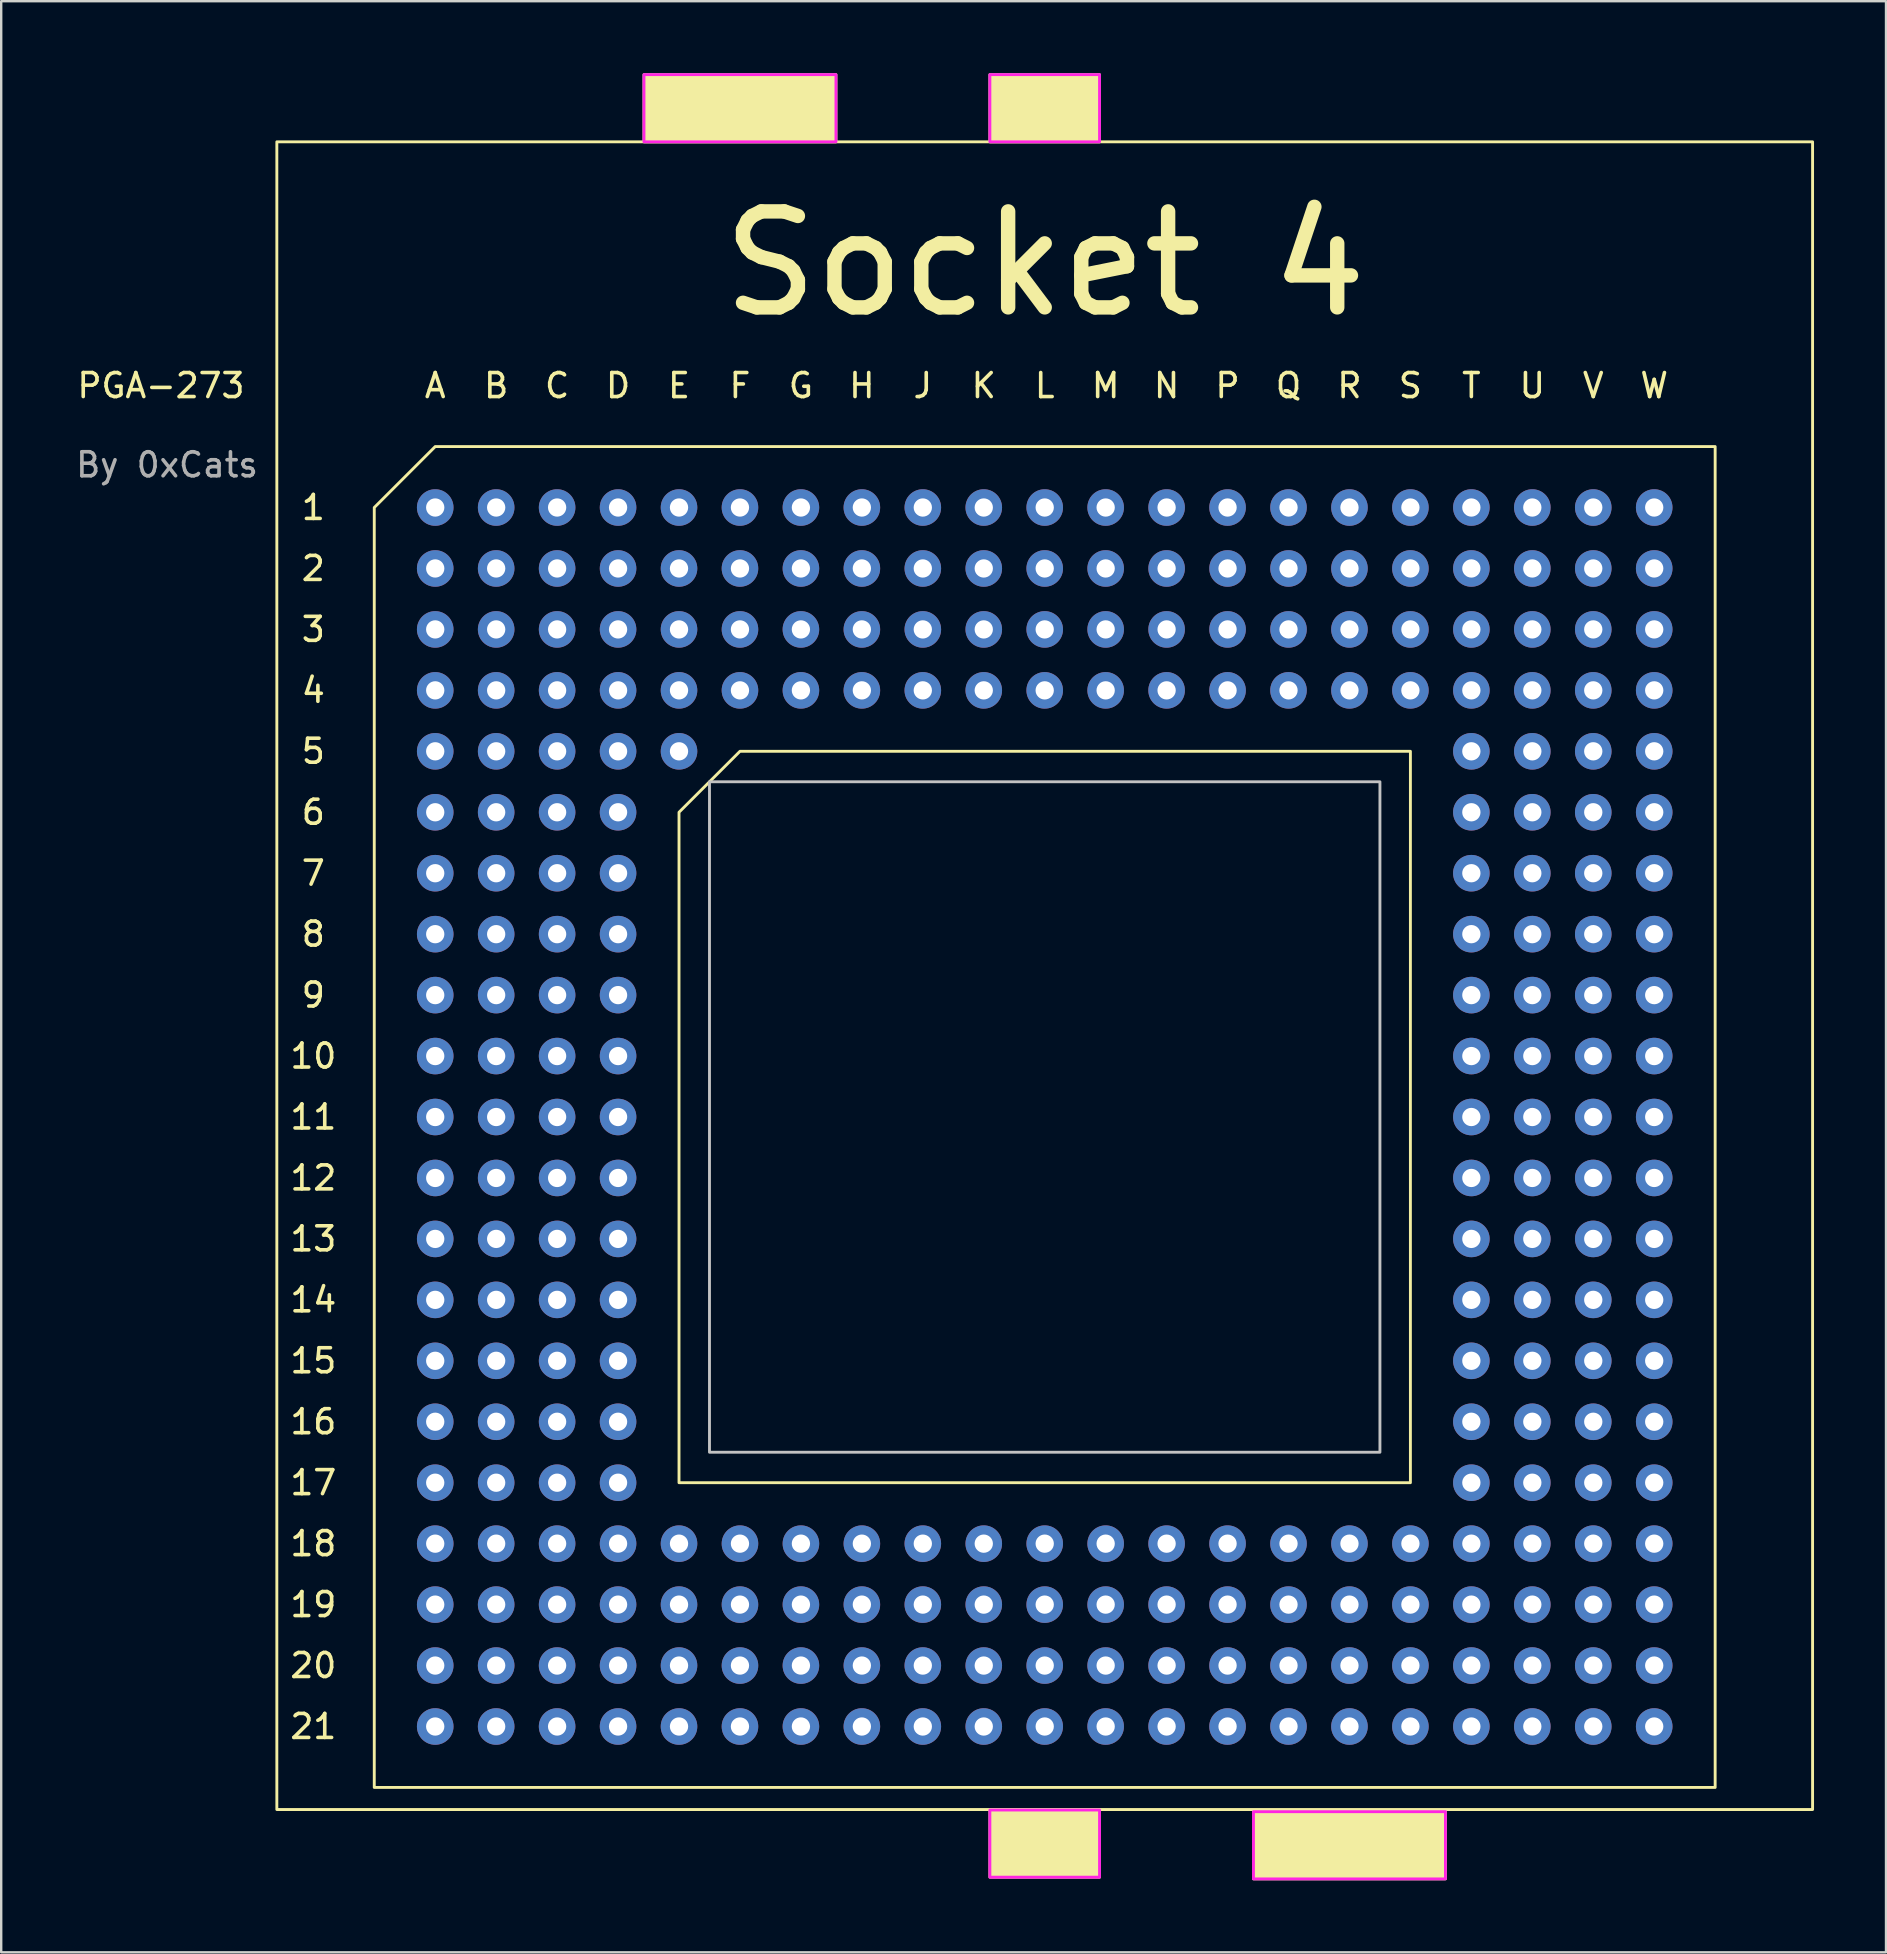
<source format=kicad_pcb>
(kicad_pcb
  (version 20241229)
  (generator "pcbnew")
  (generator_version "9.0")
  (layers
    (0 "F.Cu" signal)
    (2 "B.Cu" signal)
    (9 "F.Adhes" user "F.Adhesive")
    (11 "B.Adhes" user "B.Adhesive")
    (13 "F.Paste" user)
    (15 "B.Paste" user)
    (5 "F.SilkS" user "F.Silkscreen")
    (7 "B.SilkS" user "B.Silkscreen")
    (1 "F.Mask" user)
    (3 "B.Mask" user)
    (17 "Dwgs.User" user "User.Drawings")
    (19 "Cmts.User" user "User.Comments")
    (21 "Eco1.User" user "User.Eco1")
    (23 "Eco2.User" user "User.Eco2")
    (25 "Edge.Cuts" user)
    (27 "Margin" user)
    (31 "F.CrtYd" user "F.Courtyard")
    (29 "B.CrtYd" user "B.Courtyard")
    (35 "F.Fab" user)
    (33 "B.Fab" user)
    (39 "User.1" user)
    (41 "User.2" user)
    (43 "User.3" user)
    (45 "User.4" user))
  (footprint "PGA-273"
    (layer "F.Cu")
    (at 10.007 18.1)
    (property "Reference" "PGA-273" (at -6.35 -5.08 0) (unlocked yes) (layer "F.SilkS") (effects (font (size 1 1) (thickness 0.15))))
    (attr through_hole)
    (fp_rect (start -1.52 -15.24) (end 62.48 54.26) (stroke (width 0.12) (type solid)) (fill no) (layer "F.SilkS"))
    (fp_rect (start 13.78 -15.24) (end 21.78 -18.04) (stroke (width 0.12) (type solid)) (fill yes) (layer "F.SilkS"))
    (fp_rect (start 28.195 -18.04) (end 32.765 -15.24) (stroke (width 0.12) (type solid)) (fill yes) (layer "F.SilkS"))
    (fp_rect (start 28.195 54.28) (end 32.765 57.08) (stroke (width 0.12) (type solid)) (fill yes) (layer "F.SilkS"))
    (fp_rect (start 39.18 57.15) (end 47.18 54.35) (stroke (width 0.12) (type solid)) (fill yes) (layer "F.SilkS"))
    (fp_poly (pts (xy 45.72 40.64) (xy 15.24 40.64) (xy 15.24 12.7) (xy 17.78 10.16) (xy 45.72 10.16)) (stroke (width 0.12) (type solid)) (fill no) (layer "F.SilkS"))
    (fp_poly (pts (xy 58.42 53.34) (xy 2.54 53.34) (xy 2.54 0) (xy 5.08 -2.54) (xy 58.42 -2.54)) (stroke (width 0.12) (type solid)) (fill no) (layer "F.SilkS"))
    (fp_rect (start 16.51 11.43) (end 44.45 39.37) (stroke (width 0.12) (type solid)) (fill no) (layer "Dwgs.User"))
    (fp_rect (start 13.78 -15.24) (end 21.78 -18.04) (stroke (width 0.12) (type solid)) (fill no) (layer "F.CrtYd"))
    (fp_rect (start 28.195 -18.04) (end 32.765 -15.24) (stroke (width 0.12) (type solid)) (fill no) (layer "F.CrtYd"))
    (fp_rect (start 28.195 54.28) (end 32.765 57.08) (stroke (width 0.12) (type solid)) (fill no) (layer "F.CrtYd"))
    (fp_rect (start 39.18 57.15) (end 47.18 54.35) (stroke (width 0.12) (type solid)) (fill no) (layer "F.CrtYd"))
    (fp_text user "Q" (at 40.64 -5.08 0) (unlocked yes) (layer "F.SilkS") (effects (font (size 1 1) (thickness 0.15))))
    (fp_text user "Socket 4" (at 30.48 -10.16 180) (layer "F.SilkS") (effects (font (size 4 4) (thickness 0.6))))
    (fp_text user "P" (at 38.1 -5.08 0) (unlocked yes) (layer "F.SilkS") (effects (font (size 1 1) (thickness 0.15))))
    (fp_text user "19" (at 0 45.72 0) (unlocked yes) (layer "F.SilkS") (effects (font (size 1 1) (thickness 0.15))))
    (fp_text user "G" (at 20.32 -5.08 0) (unlocked yes) (layer "F.SilkS") (effects (font (size 1 1) (thickness 0.15))))
    (fp_text user "11" (at 0 25.4 0) (unlocked yes) (layer "F.SilkS") (effects (font (size 1 1) (thickness 0.15))))
    (fp_text user "4" (at 0 7.62 0) (unlocked yes) (layer "F.SilkS") (effects (font (size 1 1) (thickness 0.15))))
    (fp_text user "20" (at 0 48.26 0) (unlocked yes) (layer "F.SilkS") (effects (font (size 1 1) (thickness 0.15))))
    (fp_text user "16" (at 0 38.1 0) (unlocked yes) (layer "F.SilkS") (effects (font (size 1 1) (thickness 0.15))))
    (fp_text user "13" (at 0 30.48 0) (unlocked yes) (layer "F.SilkS") (effects (font (size 1 1) (thickness 0.15))))
    (fp_text user "J" (at 25.4 -5.08 0) (unlocked yes) (layer "F.SilkS") (effects (font (size 1 1) (thickness 0.15))))
    (fp_text user "U" (at 50.8 -5.08 0) (unlocked yes) (layer "F.SilkS") (effects (font (size 1 1) (thickness 0.15))))
    (fp_text user "D" (at 12.7 -5.08 0) (unlocked yes) (layer "F.SilkS") (effects (font (size 1 1) (thickness 0.15))))
    (fp_text user "10" (at 0 22.86 0) (unlocked yes) (layer "F.SilkS") (effects (font (size 1 1) (thickness 0.15))))
    (fp_text user "6" (at 0 12.7 0) (unlocked yes) (layer "F.SilkS") (effects (font (size 1 1) (thickness 0.15))))
    (fp_text user "N" (at 35.56 -5.08 0) (unlocked yes) (layer "F.SilkS") (effects (font (size 1 1) (thickness 0.15))))
    (fp_text user "15" (at 0 35.56 0) (unlocked yes) (layer "F.SilkS") (effects (font (size 1 1) (thickness 0.15))))
    (fp_text user "M" (at 33.02 -5.08 0) (unlocked yes) (layer "F.SilkS") (effects (font (size 1 1) (thickness 0.15))))
    (fp_text user "E" (at 15.24 -5.08 0) (unlocked yes) (layer "F.SilkS") (effects (font (size 1 1) (thickness 0.15))))
    (fp_text user "W" (at 55.88 -5.08 0) (unlocked yes) (layer "F.SilkS") (effects (font (size 1 1) (thickness 0.15))))
    (fp_text user "12" (at 0 27.94 0) (unlocked yes) (layer "F.SilkS") (effects (font (size 1 1) (thickness 0.15))))
    (fp_text user "5" (at 0 10.16 0) (unlocked yes) (layer "F.SilkS") (effects (font (size 1 1) (thickness 0.15))))
    (fp_text user "9" (at 0 20.32 0) (unlocked yes) (layer "F.SilkS") (effects (font (size 1 1) (thickness 0.15))))
    (fp_text user "F" (at 17.78 -5.08 0) (unlocked yes) (layer "F.SilkS") (effects (font (size 1 1) (thickness 0.15))))
    (fp_text user "R" (at 43.18 -5.08 0) (unlocked yes) (layer "F.SilkS") (effects (font (size 1 1) (thickness 0.15))))
    (fp_text user "21" (at 0 50.8 0) (unlocked yes) (layer "F.SilkS") (effects (font (size 1 1) (thickness 0.15))))
    (fp_text user "17" (at 0 40.64 0) (unlocked yes) (layer "F.SilkS") (effects (font (size 1 1) (thickness 0.15))))
    (fp_text user "V" (at 53.34 -5.08 0) (unlocked yes) (layer "F.SilkS") (effects (font (size 1 1) (thickness 0.15))))
    (fp_text user "2" (at 0 2.54 0) (unlocked yes) (layer "F.SilkS") (effects (font (size 1 1) (thickness 0.15))))
    (fp_text user "7" (at 0 15.24 0) (unlocked yes) (layer "F.SilkS") (effects (font (size 1 1) (thickness 0.15))))
    (fp_text user "3" (at 0 5.08 0) (unlocked yes) (layer "F.SilkS") (effects (font (size 1 1) (thickness 0.15))))
    (fp_text user "B" (at 7.62 -5.08 0) (unlocked yes) (layer "F.SilkS") (effects (font (size 1 1) (thickness 0.15))))
    (fp_text user "8" (at 0 17.78 0) (unlocked yes) (layer "F.SilkS") (effects (font (size 1 1) (thickness 0.15))))
    (fp_text user "1" (at 0 0 0) (unlocked yes) (layer "F.SilkS") (effects (font (size 1 1) (thickness 0.15))))
    (fp_text user "A" (at 5.08 -5.08 0) (unlocked yes) (layer "F.SilkS") (effects (font (size 1 1) (thickness 0.15))))
    (fp_text user "L" (at 30.48 -5.08 0) (unlocked yes) (layer "F.SilkS") (effects (font (size 1 1) (thickness 0.15))))
    (fp_text user "T" (at 48.26 -5.08 0) (unlocked yes) (layer "F.SilkS") (effects (font (size 1 1) (thickness 0.15))))
    (fp_text user "H" (at 22.86 -5.08 0) (unlocked yes) (layer "F.SilkS") (effects (font (size 1 1) (thickness 0.15))))
    (fp_text user "14" (at 0 33.02 0) (unlocked yes) (layer "F.SilkS") (effects (font (size 1 1) (thickness 0.15))))
    (fp_text user "C" (at 10.16 -5.08 0) (unlocked yes) (layer "F.SilkS") (effects (font (size 1 1) (thickness 0.15))))
    (fp_text user "K" (at 27.94 -5.08 0) (unlocked yes) (layer "F.SilkS") (effects (font (size 1 1) (thickness 0.15))))
    (fp_text user "S" (at 45.72 -5.08 0) (unlocked yes) (layer "F.SilkS") (effects (font (size 1 1) (thickness 0.15))))
    (fp_text user "18" (at 0 43.18 0) (unlocked yes) (layer "F.SilkS") (effects (font (size 1 1) (thickness 0.15))))
    (fp_text user "By 0xCats" (at -6.096 -1.778 0) (unlocked yes) (layer "F.Fab") (effects (font (size 1 1) (thickness 0.15))))
    (pad "A1" thru_hole circle (at 5.08 0) (size 1.524 1.524) (drill 0.762) (layers "*.Cu" "*.Mask"))
    (pad "A2" thru_hole circle (at 5.08 2.54) (size 1.524 1.524) (drill 0.762) (layers "*.Cu" "*.Mask"))
    (pad "A3" thru_hole circle (at 5.08 5.08) (size 1.524 1.524) (drill 0.762) (layers "*.Cu" "*.Mask"))
    (pad "A4" thru_hole circle (at 5.08 7.62) (size 1.524 1.524) (drill 0.762) (layers "*.Cu" "*.Mask"))
    (pad "A5" thru_hole circle (at 5.08 10.16) (size 1.524 1.524) (drill 0.762) (layers "*.Cu" "*.Mask"))
    (pad "A6" thru_hole circle (at 5.08 12.7) (size 1.524 1.524) (drill 0.762) (layers "*.Cu" "*.Mask"))
    (pad "A7" thru_hole circle (at 5.08 15.24) (size 1.524 1.524) (drill 0.762) (layers "*.Cu" "*.Mask"))
    (pad "A8" thru_hole circle (at 5.08 17.78) (size 1.524 1.524) (drill 0.762) (layers "*.Cu" "*.Mask"))
    (pad "A9" thru_hole circle (at 5.08 20.32) (size 1.524 1.524) (drill 0.762) (layers "*.Cu" "*.Mask"))
    (pad "A10" thru_hole circle (at 5.08 22.86) (size 1.524 1.524) (drill 0.762) (layers "*.Cu" "*.Mask"))
    (pad "A11" thru_hole circle (at 5.08 25.4) (size 1.524 1.524) (drill 0.762) (layers "*.Cu" "*.Mask"))
    (pad "A12" thru_hole circle (at 5.08 27.94) (size 1.524 1.524) (drill 0.762) (layers "*.Cu" "*.Mask"))
    (pad "A13" thru_hole circle (at 5.08 30.48) (size 1.524 1.524) (drill 0.762) (layers "*.Cu" "*.Mask"))
    (pad "A14" thru_hole circle (at 5.08 33.02) (size 1.524 1.524) (drill 0.762) (layers "*.Cu" "*.Mask"))
    (pad "A15" thru_hole circle (at 5.08 35.56) (size 1.524 1.524) (drill 0.762) (layers "*.Cu" "*.Mask"))
    (pad "A16" thru_hole circle (at 5.08 38.1) (size 1.524 1.524) (drill 0.762) (layers "*.Cu" "*.Mask"))
    (pad "A17" thru_hole circle (at 5.08 40.64) (size 1.524 1.524) (drill 0.762) (layers "*.Cu" "*.Mask"))
    (pad "A18" thru_hole circle (at 5.08 43.18) (size 1.524 1.524) (drill 0.762) (layers "*.Cu" "*.Mask"))
    (pad "A19" thru_hole circle (at 5.08 45.72) (size 1.524 1.524) (drill 0.762) (layers "*.Cu" "*.Mask"))
    (pad "A20" thru_hole circle (at 5.08 48.26) (size 1.524 1.524) (drill 0.762) (layers "*.Cu" "*.Mask"))
    (pad "A21" thru_hole circle (at 5.08 50.8) (size 1.524 1.524) (drill 0.762) (layers "*.Cu" "*.Mask"))
    (pad "B1" thru_hole circle (at 7.62 0) (size 1.524 1.524) (drill 0.762) (layers "*.Cu" "*.Mask"))
    (pad "B2" thru_hole circle (at 7.62 2.54) (size 1.524 1.524) (drill 0.762) (layers "*.Cu" "*.Mask"))
    (pad "B3" thru_hole circle (at 7.62 5.08) (size 1.524 1.524) (drill 0.762) (layers "*.Cu" "*.Mask"))
    (pad "B4" thru_hole circle (at 7.62 7.62) (size 1.524 1.524) (drill 0.762) (layers "*.Cu" "*.Mask"))
    (pad "B5" thru_hole circle (at 7.62 10.16) (size 1.524 1.524) (drill 0.762) (layers "*.Cu" "*.Mask"))
    (pad "B6" thru_hole circle (at 7.62 12.7) (size 1.524 1.524) (drill 0.762) (layers "*.Cu" "*.Mask"))
    (pad "B7" thru_hole circle (at 7.62 15.24) (size 1.524 1.524) (drill 0.762) (layers "*.Cu" "*.Mask"))
    (pad "B8" thru_hole circle (at 7.62 17.78) (size 1.524 1.524) (drill 0.762) (layers "*.Cu" "*.Mask"))
    (pad "B9" thru_hole circle (at 7.62 20.32) (size 1.524 1.524) (drill 0.762) (layers "*.Cu" "*.Mask"))
    (pad "B10" thru_hole circle (at 7.62 22.86) (size 1.524 1.524) (drill 0.762) (layers "*.Cu" "*.Mask"))
    (pad "B11" thru_hole circle (at 7.62 25.4) (size 1.524 1.524) (drill 0.762) (layers "*.Cu" "*.Mask"))
    (pad "B12" thru_hole circle (at 7.62 27.94) (size 1.524 1.524) (drill 0.762) (layers "*.Cu" "*.Mask"))
    (pad "B13" thru_hole circle (at 7.62 30.48) (size 1.524 1.524) (drill 0.762) (layers "*.Cu" "*.Mask"))
    (pad "B14" thru_hole circle (at 7.62 33.02) (size 1.524 1.524) (drill 0.762) (layers "*.Cu" "*.Mask"))
    (pad "B15" thru_hole circle (at 7.62 35.56) (size 1.524 1.524) (drill 0.762) (layers "*.Cu" "*.Mask"))
    (pad "B16" thru_hole circle (at 7.62 38.1) (size 1.524 1.524) (drill 0.762) (layers "*.Cu" "*.Mask"))
    (pad "B17" thru_hole circle (at 7.62 40.64) (size 1.524 1.524) (drill 0.762) (layers "*.Cu" "*.Mask"))
    (pad "B18" thru_hole circle (at 7.62 43.18) (size 1.524 1.524) (drill 0.762) (layers "*.Cu" "*.Mask"))
    (pad "B19" thru_hole circle (at 7.62 45.72) (size 1.524 1.524) (drill 0.762) (layers "*.Cu" "*.Mask"))
    (pad "B20" thru_hole circle (at 7.62 48.26) (size 1.524 1.524) (drill 0.762) (layers "*.Cu" "*.Mask"))
    (pad "B21" thru_hole circle (at 7.62 50.8) (size 1.524 1.524) (drill 0.762) (layers "*.Cu" "*.Mask"))
    (pad "C1" thru_hole circle (at 10.16 0) (size 1.524 1.524) (drill 0.762) (layers "*.Cu" "*.Mask"))
    (pad "C2" thru_hole circle (at 10.16 2.54) (size 1.524 1.524) (drill 0.762) (layers "*.Cu" "*.Mask"))
    (pad "C3" thru_hole circle (at 10.16 5.08) (size 1.524 1.524) (drill 0.762) (layers "*.Cu" "*.Mask"))
    (pad "C4" thru_hole circle (at 10.16 7.62) (size 1.524 1.524) (drill 0.762) (layers "*.Cu" "*.Mask"))
    (pad "C5" thru_hole circle (at 10.16 10.16) (size 1.524 1.524) (drill 0.762) (layers "*.Cu" "*.Mask"))
    (pad "C6" thru_hole circle (at 10.16 12.7) (size 1.524 1.524) (drill 0.762) (layers "*.Cu" "*.Mask"))
    (pad "C7" thru_hole circle (at 10.16 15.24) (size 1.524 1.524) (drill 0.762) (layers "*.Cu" "*.Mask"))
    (pad "C8" thru_hole circle (at 10.16 17.78) (size 1.524 1.524) (drill 0.762) (layers "*.Cu" "*.Mask"))
    (pad "C9" thru_hole circle (at 10.16 20.32) (size 1.524 1.524) (drill 0.762) (layers "*.Cu" "*.Mask"))
    (pad "C10" thru_hole circle (at 10.16 22.86) (size 1.524 1.524) (drill 0.762) (layers "*.Cu" "*.Mask"))
    (pad "C11" thru_hole circle (at 10.16 25.4) (size 1.524 1.524) (drill 0.762) (layers "*.Cu" "*.Mask"))
    (pad "C12" thru_hole circle (at 10.16 27.94) (size 1.524 1.524) (drill 0.762) (layers "*.Cu" "*.Mask"))
    (pad "C13" thru_hole circle (at 10.16 30.48) (size 1.524 1.524) (drill 0.762) (layers "*.Cu" "*.Mask"))
    (pad "C14" thru_hole circle (at 10.16 33.02) (size 1.524 1.524) (drill 0.762) (layers "*.Cu" "*.Mask"))
    (pad "C15" thru_hole circle (at 10.16 35.56) (size 1.524 1.524) (drill 0.762) (layers "*.Cu" "*.Mask"))
    (pad "C16" thru_hole circle (at 10.16 38.1) (size 1.524 1.524) (drill 0.762) (layers "*.Cu" "*.Mask"))
    (pad "C17" thru_hole circle (at 10.16 40.64) (size 1.524 1.524) (drill 0.762) (layers "*.Cu" "*.Mask"))
    (pad "C18" thru_hole circle (at 10.16 43.18) (size 1.524 1.524) (drill 0.762) (layers "*.Cu" "*.Mask"))
    (pad "C19" thru_hole circle (at 10.16 45.72) (size 1.524 1.524) (drill 0.762) (layers "*.Cu" "*.Mask"))
    (pad "C20" thru_hole circle (at 10.16 48.26) (size 1.524 1.524) (drill 0.762) (layers "*.Cu" "*.Mask"))
    (pad "C21" thru_hole circle (at 10.16 50.8) (size 1.524 1.524) (drill 0.762) (layers "*.Cu" "*.Mask"))
    (pad "D1" thru_hole circle (at 12.7 0) (size 1.524 1.524) (drill 0.762) (layers "*.Cu" "*.Mask"))
    (pad "D2" thru_hole circle (at 12.7 2.54) (size 1.524 1.524) (drill 0.762) (layers "*.Cu" "*.Mask"))
    (pad "D3" thru_hole circle (at 12.7 5.08) (size 1.524 1.524) (drill 0.762) (layers "*.Cu" "*.Mask"))
    (pad "D4" thru_hole circle (at 12.7 7.62) (size 1.524 1.524) (drill 0.762) (layers "*.Cu" "*.Mask"))
    (pad "D5" thru_hole circle (at 12.7 10.16) (size 1.524 1.524) (drill 0.762) (layers "*.Cu" "*.Mask"))
    (pad "D6" thru_hole circle (at 12.7 12.7) (size 1.524 1.524) (drill 0.762) (layers "*.Cu" "*.Mask"))
    (pad "D7" thru_hole circle (at 12.7 15.24) (size 1.524 1.524) (drill 0.762) (layers "*.Cu" "*.Mask"))
    (pad "D8" thru_hole circle (at 12.7 17.78) (size 1.524 1.524) (drill 0.762) (layers "*.Cu" "*.Mask"))
    (pad "D9" thru_hole circle (at 12.7 20.32) (size 1.524 1.524) (drill 0.762) (layers "*.Cu" "*.Mask"))
    (pad "D10" thru_hole circle (at 12.7 22.86) (size 1.524 1.524) (drill 0.762) (layers "*.Cu" "*.Mask"))
    (pad "D11" thru_hole circle (at 12.7 25.4) (size 1.524 1.524) (drill 0.762) (layers "*.Cu" "*.Mask"))
    (pad "D12" thru_hole circle (at 12.7 27.94) (size 1.524 1.524) (drill 0.762) (layers "*.Cu" "*.Mask"))
    (pad "D13" thru_hole circle (at 12.7 30.48) (size 1.524 1.524) (drill 0.762) (layers "*.Cu" "*.Mask"))
    (pad "D14" thru_hole circle (at 12.7 33.02) (size 1.524 1.524) (drill 0.762) (layers "*.Cu" "*.Mask"))
    (pad "D15" thru_hole circle (at 12.7 35.56) (size 1.524 1.524) (drill 0.762) (layers "*.Cu" "*.Mask"))
    (pad "D16" thru_hole circle (at 12.7 38.1) (size 1.524 1.524) (drill 0.762) (layers "*.Cu" "*.Mask"))
    (pad "D17" thru_hole circle (at 12.7 40.64) (size 1.524 1.524) (drill 0.762) (layers "*.Cu" "*.Mask"))
    (pad "D18" thru_hole circle (at 12.7 43.18) (size 1.524 1.524) (drill 0.762) (layers "*.Cu" "*.Mask"))
    (pad "D19" thru_hole circle (at 12.7 45.72) (size 1.524 1.524) (drill 0.762) (layers "*.Cu" "*.Mask"))
    (pad "D20" thru_hole circle (at 12.7 48.26) (size 1.524 1.524) (drill 0.762) (layers "*.Cu" "*.Mask"))
    (pad "D21" thru_hole circle (at 12.7 50.8) (size 1.524 1.524) (drill 0.762) (layers "*.Cu" "*.Mask"))
    (pad "E1" thru_hole circle (at 15.24 0) (size 1.524 1.524) (drill 0.762) (layers "*.Cu" "*.Mask"))
    (pad "E2" thru_hole circle (at 15.24 2.54) (size 1.524 1.524) (drill 0.762) (layers "*.Cu" "*.Mask"))
    (pad "E3" thru_hole circle (at 15.24 5.08) (size 1.524 1.524) (drill 0.762) (layers "*.Cu" "*.Mask"))
    (pad "E4" thru_hole circle (at 15.24 7.62) (size 1.524 1.524) (drill 0.762) (layers "*.Cu" "*.Mask"))
    (pad "E5" thru_hole circle (at 15.24 10.16) (size 1.524 1.524) (drill 0.762) (layers "*.Cu" "*.Mask"))
    (pad "E18" thru_hole circle (at 15.24 43.18) (size 1.524 1.524) (drill 0.762) (layers "*.Cu" "*.Mask"))
    (pad "E19" thru_hole circle (at 15.24 45.72) (size 1.524 1.524) (drill 0.762) (layers "*.Cu" "*.Mask"))
    (pad "E20" thru_hole circle (at 15.24 48.26) (size 1.524 1.524) (drill 0.762) (layers "*.Cu" "*.Mask"))
    (pad "E21" thru_hole circle (at 15.24 50.8) (size 1.524 1.524) (drill 0.762) (layers "*.Cu" "*.Mask"))
    (pad "F1" thru_hole circle (at 17.78 0) (size 1.524 1.524) (drill 0.762) (layers "*.Cu" "*.Mask"))
    (pad "F2" thru_hole circle (at 17.78 2.54) (size 1.524 1.524) (drill 0.762) (layers "*.Cu" "*.Mask"))
    (pad "F3" thru_hole circle (at 17.78 5.08) (size 1.524 1.524) (drill 0.762) (layers "*.Cu" "*.Mask"))
    (pad "F4" thru_hole circle (at 17.78 7.62) (size 1.524 1.524) (drill 0.762) (layers "*.Cu" "*.Mask"))
    (pad "F18" thru_hole circle (at 17.78 43.18) (size 1.524 1.524) (drill 0.762) (layers "*.Cu" "*.Mask"))
    (pad "F19" thru_hole circle (at 17.78 45.72) (size 1.524 1.524) (drill 0.762) (layers "*.Cu" "*.Mask"))
    (pad "F20" thru_hole circle (at 17.78 48.26) (size 1.524 1.524) (drill 0.762) (layers "*.Cu" "*.Mask"))
    (pad "F21" thru_hole circle (at 17.78 50.8) (size 1.524 1.524) (drill 0.762) (layers "*.Cu" "*.Mask"))
    (pad "G1" thru_hole circle (at 20.32 0) (size 1.524 1.524) (drill 0.762) (layers "*.Cu" "*.Mask"))
    (pad "G2" thru_hole circle (at 20.32 2.54) (size 1.524 1.524) (drill 0.762) (layers "*.Cu" "*.Mask"))
    (pad "G3" thru_hole circle (at 20.32 5.08) (size 1.524 1.524) (drill 0.762) (layers "*.Cu" "*.Mask"))
    (pad "G4" thru_hole circle (at 20.32 7.62) (size 1.524 1.524) (drill 0.762) (layers "*.Cu" "*.Mask"))
    (pad "G18" thru_hole circle (at 20.32 43.18) (size 1.524 1.524) (drill 0.762) (layers "*.Cu" "*.Mask"))
    (pad "G19" thru_hole circle (at 20.32 45.72) (size 1.524 1.524) (drill 0.762) (layers "*.Cu" "*.Mask"))
    (pad "G20" thru_hole circle (at 20.32 48.26) (size 1.524 1.524) (drill 0.762) (layers "*.Cu" "*.Mask"))
    (pad "G21" thru_hole circle (at 20.32 50.8) (size 1.524 1.524) (drill 0.762) (layers "*.Cu" "*.Mask"))
    (pad "H1" thru_hole circle (at 22.86 0) (size 1.524 1.524) (drill 0.762) (layers "*.Cu" "*.Mask"))
    (pad "H2" thru_hole circle (at 22.86 2.54) (size 1.524 1.524) (drill 0.762) (layers "*.Cu" "*.Mask"))
    (pad "H3" thru_hole circle (at 22.86 5.08) (size 1.524 1.524) (drill 0.762) (layers "*.Cu" "*.Mask"))
    (pad "H4" thru_hole circle (at 22.86 7.62) (size 1.524 1.524) (drill 0.762) (layers "*.Cu" "*.Mask"))
    (pad "H18" thru_hole circle (at 22.86 43.18) (size 1.524 1.524) (drill 0.762) (layers "*.Cu" "*.Mask"))
    (pad "H19" thru_hole circle (at 22.86 45.72) (size 1.524 1.524) (drill 0.762) (layers "*.Cu" "*.Mask"))
    (pad "H20" thru_hole circle (at 22.86 48.26) (size 1.524 1.524) (drill 0.762) (layers "*.Cu" "*.Mask"))
    (pad "H21" thru_hole circle (at 22.86 50.8) (size 1.524 1.524) (drill 0.762) (layers "*.Cu" "*.Mask"))
    (pad "J1" thru_hole circle (at 25.4 0) (size 1.524 1.524) (drill 0.762) (layers "*.Cu" "*.Mask"))
    (pad "J2" thru_hole circle (at 25.4 2.54) (size 1.524 1.524) (drill 0.762) (layers "*.Cu" "*.Mask"))
    (pad "J3" thru_hole circle (at 25.4 5.08) (size 1.524 1.524) (drill 0.762) (layers "*.Cu" "*.Mask"))
    (pad "J4" thru_hole circle (at 25.4 7.62) (size 1.524 1.524) (drill 0.762) (layers "*.Cu" "*.Mask"))
    (pad "J18" thru_hole circle (at 25.4 43.18) (size 1.524 1.524) (drill 0.762) (layers "*.Cu" "*.Mask"))
    (pad "J19" thru_hole circle (at 25.4 45.72) (size 1.524 1.524) (drill 0.762) (layers "*.Cu" "*.Mask"))
    (pad "J20" thru_hole circle (at 25.4 48.26) (size 1.524 1.524) (drill 0.762) (layers "*.Cu" "*.Mask"))
    (pad "J21" thru_hole circle (at 25.4 50.8) (size 1.524 1.524) (drill 0.762) (layers "*.Cu" "*.Mask"))
    (pad "K1" thru_hole circle (at 27.94 0) (size 1.524 1.524) (drill 0.762) (layers "*.Cu" "*.Mask"))
    (pad "K2" thru_hole circle (at 27.94 2.54) (size 1.524 1.524) (drill 0.762) (layers "*.Cu" "*.Mask"))
    (pad "K3" thru_hole circle (at 27.94 5.08) (size 1.524 1.524) (drill 0.762) (layers "*.Cu" "*.Mask"))
    (pad "K4" thru_hole circle (at 27.94 7.62) (size 1.524 1.524) (drill 0.762) (layers "*.Cu" "*.Mask"))
    (pad "K18" thru_hole circle (at 27.94 43.18) (size 1.524 1.524) (drill 0.762) (layers "*.Cu" "*.Mask"))
    (pad "K19" thru_hole circle (at 27.94 45.72) (size 1.524 1.524) (drill 0.762) (layers "*.Cu" "*.Mask"))
    (pad "K20" thru_hole circle (at 27.94 48.26) (size 1.524 1.524) (drill 0.762) (layers "*.Cu" "*.Mask"))
    (pad "K21" thru_hole circle (at 27.94 50.8) (size 1.524 1.524) (drill 0.762) (layers "*.Cu" "*.Mask"))
    (pad "L1" thru_hole circle (at 30.48 0) (size 1.524 1.524) (drill 0.762) (layers "*.Cu" "*.Mask"))
    (pad "L2" thru_hole circle (at 30.48 2.54) (size 1.524 1.524) (drill 0.762) (layers "*.Cu" "*.Mask"))
    (pad "L3" thru_hole circle (at 30.48 5.08) (size 1.524 1.524) (drill 0.762) (layers "*.Cu" "*.Mask"))
    (pad "L4" thru_hole circle (at 30.48 7.62) (size 1.524 1.524) (drill 0.762) (layers "*.Cu" "*.Mask"))
    (pad "L18" thru_hole circle (at 30.48 43.18) (size 1.524 1.524) (drill 0.762) (layers "*.Cu" "*.Mask"))
    (pad "L19" thru_hole circle (at 30.48 45.72) (size 1.524 1.524) (drill 0.762) (layers "*.Cu" "*.Mask"))
    (pad "L20" thru_hole circle (at 30.48 48.26) (size 1.524 1.524) (drill 0.762) (layers "*.Cu" "*.Mask"))
    (pad "L21" thru_hole circle (at 30.48 50.8) (size 1.524 1.524) (drill 0.762) (layers "*.Cu" "*.Mask"))
    (pad "M1" thru_hole circle (at 33.02 0) (size 1.524 1.524) (drill 0.762) (layers "*.Cu" "*.Mask"))
    (pad "M2" thru_hole circle (at 33.02 2.54) (size 1.524 1.524) (drill 0.762) (layers "*.Cu" "*.Mask"))
    (pad "M3" thru_hole circle (at 33.02 5.08) (size 1.524 1.524) (drill 0.762) (layers "*.Cu" "*.Mask"))
    (pad "M4" thru_hole circle (at 33.02 7.62) (size 1.524 1.524) (drill 0.762) (layers "*.Cu" "*.Mask"))
    (pad "M18" thru_hole circle (at 33.02 43.18) (size 1.524 1.524) (drill 0.762) (layers "*.Cu" "*.Mask"))
    (pad "M19" thru_hole circle (at 33.02 45.72) (size 1.524 1.524) (drill 0.762) (layers "*.Cu" "*.Mask"))
    (pad "M20" thru_hole circle (at 33.02 48.26) (size 1.524 1.524) (drill 0.762) (layers "*.Cu" "*.Mask"))
    (pad "M21" thru_hole circle (at 33.02 50.8) (size 1.524 1.524) (drill 0.762) (layers "*.Cu" "*.Mask"))
    (pad "N1" thru_hole circle (at 35.56 0) (size 1.524 1.524) (drill 0.762) (layers "*.Cu" "*.Mask"))
    (pad "N2" thru_hole circle (at 35.56 2.54) (size 1.524 1.524) (drill 0.762) (layers "*.Cu" "*.Mask"))
    (pad "N3" thru_hole circle (at 35.56 5.08) (size 1.524 1.524) (drill 0.762) (layers "*.Cu" "*.Mask"))
    (pad "N4" thru_hole circle (at 35.56 7.62) (size 1.524 1.524) (drill 0.762) (layers "*.Cu" "*.Mask"))
    (pad "N18" thru_hole circle (at 35.56 43.18) (size 1.524 1.524) (drill 0.762) (layers "*.Cu" "*.Mask"))
    (pad "N19" thru_hole circle (at 35.56 45.72) (size 1.524 1.524) (drill 0.762) (layers "*.Cu" "*.Mask"))
    (pad "N20" thru_hole circle (at 35.56 48.26) (size 1.524 1.524) (drill 0.762) (layers "*.Cu" "*.Mask"))
    (pad "N21" thru_hole circle (at 35.56 50.8) (size 1.524 1.524) (drill 0.762) (layers "*.Cu" "*.Mask"))
    (pad "P1" thru_hole circle (at 38.1 0) (size 1.524 1.524) (drill 0.762) (layers "*.Cu" "*.Mask"))
    (pad "P2" thru_hole circle (at 38.1 2.54) (size 1.524 1.524) (drill 0.762) (layers "*.Cu" "*.Mask"))
    (pad "P3" thru_hole circle (at 38.1 5.08) (size 1.524 1.524) (drill 0.762) (layers "*.Cu" "*.Mask"))
    (pad "P4" thru_hole circle (at 38.1 7.62) (size 1.524 1.524) (drill 0.762) (layers "*.Cu" "*.Mask"))
    (pad "P18" thru_hole circle (at 38.1 43.18) (size 1.524 1.524) (drill 0.762) (layers "*.Cu" "*.Mask"))
    (pad "P19" thru_hole circle (at 38.1 45.72) (size 1.524 1.524) (drill 0.762) (layers "*.Cu" "*.Mask"))
    (pad "P20" thru_hole circle (at 38.1 48.26) (size 1.524 1.524) (drill 0.762) (layers "*.Cu" "*.Mask"))
    (pad "P21" thru_hole circle (at 38.1 50.8) (size 1.524 1.524) (drill 0.762) (layers "*.Cu" "*.Mask"))
    (pad "Q1" thru_hole circle (at 40.64 0) (size 1.524 1.524) (drill 0.762) (layers "*.Cu" "*.Mask"))
    (pad "Q2" thru_hole circle (at 40.64 2.54) (size 1.524 1.524) (drill 0.762) (layers "*.Cu" "*.Mask"))
    (pad "Q3" thru_hole circle (at 40.64 5.08) (size 1.524 1.524) (drill 0.762) (layers "*.Cu" "*.Mask"))
    (pad "Q4" thru_hole circle (at 40.64 7.62) (size 1.524 1.524) (drill 0.762) (layers "*.Cu" "*.Mask"))
    (pad "Q18" thru_hole circle (at 40.64 43.18) (size 1.524 1.524) (drill 0.762) (layers "*.Cu" "*.Mask"))
    (pad "Q19" thru_hole circle (at 40.64 45.72) (size 1.524 1.524) (drill 0.762) (layers "*.Cu" "*.Mask"))
    (pad "Q20" thru_hole circle (at 40.64 48.26) (size 1.524 1.524) (drill 0.762) (layers "*.Cu" "*.Mask"))
    (pad "Q21" thru_hole circle (at 40.64 50.8) (size 1.524 1.524) (drill 0.762) (layers "*.Cu" "*.Mask"))
    (pad "R1" thru_hole circle (at 43.18 0) (size 1.524 1.524) (drill 0.762) (layers "*.Cu" "*.Mask"))
    (pad "R2" thru_hole circle (at 43.18 2.54) (size 1.524 1.524) (drill 0.762) (layers "*.Cu" "*.Mask"))
    (pad "R3" thru_hole circle (at 43.18 5.08) (size 1.524 1.524) (drill 0.762) (layers "*.Cu" "*.Mask"))
    (pad "R4" thru_hole circle (at 43.18 7.62) (size 1.524 1.524) (drill 0.762) (layers "*.Cu" "*.Mask"))
    (pad "R18" thru_hole circle (at 43.18 43.18) (size 1.524 1.524) (drill 0.762) (layers "*.Cu" "*.Mask"))
    (pad "R19" thru_hole circle (at 43.18 45.72) (size 1.524 1.524) (drill 0.762) (layers "*.Cu" "*.Mask"))
    (pad "R20" thru_hole circle (at 43.18 48.26) (size 1.524 1.524) (drill 0.762) (layers "*.Cu" "*.Mask"))
    (pad "R21" thru_hole circle (at 43.18 50.8) (size 1.524 1.524) (drill 0.762) (layers "*.Cu" "*.Mask"))
    (pad "S1" thru_hole circle (at 45.72 0) (size 1.524 1.524) (drill 0.762) (layers "*.Cu" "*.Mask"))
    (pad "S2" thru_hole circle (at 45.72 2.54) (size 1.524 1.524) (drill 0.762) (layers "*.Cu" "*.Mask"))
    (pad "S3" thru_hole circle (at 45.72 5.08) (size 1.524 1.524) (drill 0.762) (layers "*.Cu" "*.Mask"))
    (pad "S4" thru_hole circle (at 45.72 7.62) (size 1.524 1.524) (drill 0.762) (layers "*.Cu" "*.Mask"))
    (pad "S18" thru_hole circle (at 45.72 43.18) (size 1.524 1.524) (drill 0.762) (layers "*.Cu" "*.Mask"))
    (pad "S19" thru_hole circle (at 45.72 45.72) (size 1.524 1.524) (drill 0.762) (layers "*.Cu" "*.Mask"))
    (pad "S20" thru_hole circle (at 45.72 48.26) (size 1.524 1.524) (drill 0.762) (layers "*.Cu" "*.Mask"))
    (pad "S21" thru_hole circle (at 45.72 50.8) (size 1.524 1.524) (drill 0.762) (layers "*.Cu" "*.Mask"))
    (pad "T1" thru_hole circle (at 48.26 0) (size 1.524 1.524) (drill 0.762) (layers "*.Cu" "*.Mask"))
    (pad "T2" thru_hole circle (at 48.26 2.54) (size 1.524 1.524) (drill 0.762) (layers "*.Cu" "*.Mask"))
    (pad "T3" thru_hole circle (at 48.26 5.08) (size 1.524 1.524) (drill 0.762) (layers "*.Cu" "*.Mask"))
    (pad "T4" thru_hole circle (at 48.26 7.62) (size 1.524 1.524) (drill 0.762) (layers "*.Cu" "*.Mask"))
    (pad "T5" thru_hole circle (at 48.26 10.16) (size 1.524 1.524) (drill 0.762) (layers "*.Cu" "*.Mask"))
    (pad "T6" thru_hole circle (at 48.26 12.7) (size 1.524 1.524) (drill 0.762) (layers "*.Cu" "*.Mask"))
    (pad "T7" thru_hole circle (at 48.26 15.24) (size 1.524 1.524) (drill 0.762) (layers "*.Cu" "*.Mask"))
    (pad "T8" thru_hole circle (at 48.26 17.78) (size 1.524 1.524) (drill 0.762) (layers "*.Cu" "*.Mask"))
    (pad "T9" thru_hole circle (at 48.26 20.32) (size 1.524 1.524) (drill 0.762) (layers "*.Cu" "*.Mask"))
    (pad "T10" thru_hole circle (at 48.26 22.86) (size 1.524 1.524) (drill 0.762) (layers "*.Cu" "*.Mask"))
    (pad "T11" thru_hole circle (at 48.26 25.4) (size 1.524 1.524) (drill 0.762) (layers "*.Cu" "*.Mask"))
    (pad "T12" thru_hole circle (at 48.26 27.94) (size 1.524 1.524) (drill 0.762) (layers "*.Cu" "*.Mask"))
    (pad "T13" thru_hole circle (at 48.26 30.48) (size 1.524 1.524) (drill 0.762) (layers "*.Cu" "*.Mask"))
    (pad "T14" thru_hole circle (at 48.26 33.02) (size 1.524 1.524) (drill 0.762) (layers "*.Cu" "*.Mask"))
    (pad "T15" thru_hole circle (at 48.26 35.56) (size 1.524 1.524) (drill 0.762) (layers "*.Cu" "*.Mask"))
    (pad "T16" thru_hole circle (at 48.26 38.1) (size 1.524 1.524) (drill 0.762) (layers "*.Cu" "*.Mask"))
    (pad "T17" thru_hole circle (at 48.26 40.64) (size 1.524 1.524) (drill 0.762) (layers "*.Cu" "*.Mask"))
    (pad "T18" thru_hole circle (at 48.26 43.18) (size 1.524 1.524) (drill 0.762) (layers "*.Cu" "*.Mask"))
    (pad "T19" thru_hole circle (at 48.26 45.72) (size 1.524 1.524) (drill 0.762) (layers "*.Cu" "*.Mask"))
    (pad "T20" thru_hole circle (at 48.26 48.26) (size 1.524 1.524) (drill 0.762) (layers "*.Cu" "*.Mask"))
    (pad "T21" thru_hole circle (at 48.26 50.8) (size 1.524 1.524) (drill 0.762) (layers "*.Cu" "*.Mask"))
    (pad "U1" thru_hole circle (at 50.8 0) (size 1.524 1.524) (drill 0.762) (layers "*.Cu" "*.Mask"))
    (pad "U2" thru_hole circle (at 50.8 2.54) (size 1.524 1.524) (drill 0.762) (layers "*.Cu" "*.Mask"))
    (pad "U3" thru_hole circle (at 50.8 5.08) (size 1.524 1.524) (drill 0.762) (layers "*.Cu" "*.Mask"))
    (pad "U4" thru_hole circle (at 50.8 7.62) (size 1.524 1.524) (drill 0.762) (layers "*.Cu" "*.Mask"))
    (pad "U5" thru_hole circle (at 50.8 10.16) (size 1.524 1.524) (drill 0.762) (layers "*.Cu" "*.Mask"))
    (pad "U6" thru_hole circle (at 50.8 12.7) (size 1.524 1.524) (drill 0.762) (layers "*.Cu" "*.Mask"))
    (pad "U7" thru_hole circle (at 50.8 15.24) (size 1.524 1.524) (drill 0.762) (layers "*.Cu" "*.Mask"))
    (pad "U8" thru_hole circle (at 50.8 17.78) (size 1.524 1.524) (drill 0.762) (layers "*.Cu" "*.Mask"))
    (pad "U9" thru_hole circle (at 50.8 20.32) (size 1.524 1.524) (drill 0.762) (layers "*.Cu" "*.Mask"))
    (pad "U10" thru_hole circle (at 50.8 22.86) (size 1.524 1.524) (drill 0.762) (layers "*.Cu" "*.Mask"))
    (pad "U11" thru_hole circle (at 50.8 25.4) (size 1.524 1.524) (drill 0.762) (layers "*.Cu" "*.Mask"))
    (pad "U12" thru_hole circle (at 50.8 27.94) (size 1.524 1.524) (drill 0.762) (layers "*.Cu" "*.Mask"))
    (pad "U13" thru_hole circle (at 50.8 30.48) (size 1.524 1.524) (drill 0.762) (layers "*.Cu" "*.Mask"))
    (pad "U14" thru_hole circle (at 50.8 33.02) (size 1.524 1.524) (drill 0.762) (layers "*.Cu" "*.Mask"))
    (pad "U15" thru_hole circle (at 50.8 35.56) (size 1.524 1.524) (drill 0.762) (layers "*.Cu" "*.Mask"))
    (pad "U16" thru_hole circle (at 50.8 38.1) (size 1.524 1.524) (drill 0.762) (layers "*.Cu" "*.Mask"))
    (pad "U17" thru_hole circle (at 50.8 40.64) (size 1.524 1.524) (drill 0.762) (layers "*.Cu" "*.Mask"))
    (pad "U18" thru_hole circle (at 50.8 43.18) (size 1.524 1.524) (drill 0.762) (layers "*.Cu" "*.Mask"))
    (pad "U19" thru_hole circle (at 50.8 45.72) (size 1.524 1.524) (drill 0.762) (layers "*.Cu" "*.Mask"))
    (pad "U20" thru_hole circle (at 50.8 48.26) (size 1.524 1.524) (drill 0.762) (layers "*.Cu" "*.Mask"))
    (pad "U21" thru_hole circle (at 50.8 50.8) (size 1.524 1.524) (drill 0.762) (layers "*.Cu" "*.Mask"))
    (pad "V1" thru_hole circle (at 53.34 0) (size 1.524 1.524) (drill 0.762) (layers "*.Cu" "*.Mask"))
    (pad "V2" thru_hole circle (at 53.34 2.54) (size 1.524 1.524) (drill 0.762) (layers "*.Cu" "*.Mask"))
    (pad "V3" thru_hole circle (at 53.34 5.08) (size 1.524 1.524) (drill 0.762) (layers "*.Cu" "*.Mask"))
    (pad "V4" thru_hole circle (at 53.34 7.62) (size 1.524 1.524) (drill 0.762) (layers "*.Cu" "*.Mask"))
    (pad "V5" thru_hole circle (at 53.34 10.16) (size 1.524 1.524) (drill 0.762) (layers "*.Cu" "*.Mask"))
    (pad "V6" thru_hole circle (at 53.34 12.7) (size 1.524 1.524) (drill 0.762) (layers "*.Cu" "*.Mask"))
    (pad "V7" thru_hole circle (at 53.34 15.24) (size 1.524 1.524) (drill 0.762) (layers "*.Cu" "*.Mask"))
    (pad "V8" thru_hole circle (at 53.34 17.78) (size 1.524 1.524) (drill 0.762) (layers "*.Cu" "*.Mask"))
    (pad "V9" thru_hole circle (at 53.34 20.32) (size 1.524 1.524) (drill 0.762) (layers "*.Cu" "*.Mask"))
    (pad "V10" thru_hole circle (at 53.34 22.86) (size 1.524 1.524) (drill 0.762) (layers "*.Cu" "*.Mask"))
    (pad "V11" thru_hole circle (at 53.34 25.4) (size 1.524 1.524) (drill 0.762) (layers "*.Cu" "*.Mask"))
    (pad "V12" thru_hole circle (at 53.34 27.94) (size 1.524 1.524) (drill 0.762) (layers "*.Cu" "*.Mask"))
    (pad "V13" thru_hole circle (at 53.34 30.48) (size 1.524 1.524) (drill 0.762) (layers "*.Cu" "*.Mask"))
    (pad "V14" thru_hole circle (at 53.34 33.02) (size 1.524 1.524) (drill 0.762) (layers "*.Cu" "*.Mask"))
    (pad "V15" thru_hole circle (at 53.34 35.56) (size 1.524 1.524) (drill 0.762) (layers "*.Cu" "*.Mask"))
    (pad "V16" thru_hole circle (at 53.34 38.1) (size 1.524 1.524) (drill 0.762) (layers "*.Cu" "*.Mask"))
    (pad "V17" thru_hole circle (at 53.34 40.64) (size 1.524 1.524) (drill 0.762) (layers "*.Cu" "*.Mask"))
    (pad "V18" thru_hole circle (at 53.34 43.18) (size 1.524 1.524) (drill 0.762) (layers "*.Cu" "*.Mask"))
    (pad "V19" thru_hole circle (at 53.34 45.72) (size 1.524 1.524) (drill 0.762) (layers "*.Cu" "*.Mask"))
    (pad "V20" thru_hole circle (at 53.34 48.26) (size 1.524 1.524) (drill 0.762) (layers "*.Cu" "*.Mask"))
    (pad "V21" thru_hole circle (at 53.34 50.8) (size 1.524 1.524) (drill 0.762) (layers "*.Cu" "*.Mask"))
    (pad "W1" thru_hole circle (at 55.88 0) (size 1.524 1.524) (drill 0.762) (layers "*.Cu" "*.Mask"))
    (pad "W2" thru_hole circle (at 55.88 2.54) (size 1.524 1.524) (drill 0.762) (layers "*.Cu" "*.Mask"))
    (pad "W3" thru_hole circle (at 55.88 5.08) (size 1.524 1.524) (drill 0.762) (layers "*.Cu" "*.Mask"))
    (pad "W4" thru_hole circle (at 55.88 7.62) (size 1.524 1.524) (drill 0.762) (layers "*.Cu" "*.Mask"))
    (pad "W5" thru_hole circle (at 55.88 10.16) (size 1.524 1.524) (drill 0.762) (layers "*.Cu" "*.Mask"))
    (pad "W6" thru_hole circle (at 55.88 12.7) (size 1.524 1.524) (drill 0.762) (layers "*.Cu" "*.Mask"))
    (pad "W7" thru_hole circle (at 55.88 15.24) (size 1.524 1.524) (drill 0.762) (layers "*.Cu" "*.Mask"))
    (pad "W8" thru_hole circle (at 55.88 17.78) (size 1.524 1.524) (drill 0.762) (layers "*.Cu" "*.Mask"))
    (pad "W9" thru_hole circle (at 55.88 20.32) (size 1.524 1.524) (drill 0.762) (layers "*.Cu" "*.Mask"))
    (pad "W10" thru_hole circle (at 55.88 22.86) (size 1.524 1.524) (drill 0.762) (layers "*.Cu" "*.Mask"))
    (pad "W11" thru_hole circle (at 55.88 25.4) (size 1.524 1.524) (drill 0.762) (layers "*.Cu" "*.Mask"))
    (pad "W12" thru_hole circle (at 55.88 27.94) (size 1.524 1.524) (drill 0.762) (layers "*.Cu" "*.Mask"))
    (pad "W13" thru_hole circle (at 55.88 30.48) (size 1.524 1.524) (drill 0.762) (layers "*.Cu" "*.Mask"))
    (pad "W14" thru_hole circle (at 55.88 33.02) (size 1.524 1.524) (drill 0.762) (layers "*.Cu" "*.Mask"))
    (pad "W15" thru_hole circle (at 55.88 35.56) (size 1.524 1.524) (drill 0.762) (layers "*.Cu" "*.Mask"))
    (pad "W16" thru_hole circle (at 55.88 38.1) (size 1.524 1.524) (drill 0.762) (layers "*.Cu" "*.Mask"))
    (pad "W17" thru_hole circle (at 55.88 40.64) (size 1.524 1.524) (drill 0.762) (layers "*.Cu" "*.Mask"))
    (pad "W18" thru_hole circle (at 55.88 43.18) (size 1.524 1.524) (drill 0.762) (layers "*.Cu" "*.Mask"))
    (pad "W19" thru_hole circle (at 55.88 45.72) (size 1.524 1.524) (drill 0.762) (layers "*.Cu" "*.Mask"))
    (pad "W20" thru_hole circle (at 55.88 48.26) (size 1.524 1.524) (drill 0.762) (layers "*.Cu" "*.Mask"))
    (pad "W21" thru_hole circle (at 55.88 50.8) (size 1.524 1.524) (drill 0.762) (layers "*.Cu" "*.Mask"))
    (zone (net_name "") (layer "F.Cu") (name "Socket Keepout") (hatch full 0.508) (connect_pads) (min_thickness 0.254) (filled_areas_thickness no) (keepout (tracks allowed) (vias allowed) (pads not_allowed) (copperpour allowed) (footprints not_allowed)) (placement (enabled no)) (fill) (polygon (pts (xy 8.487 2.872) (xy 72.487 2.872) (xy 72.487 71.872) (xy 8.487 71.872))) (polygon (pts (xy 54.457 29.53) (xy 26.517 29.53) (xy 26.517 57.47) (xy 54.457 57.47)))))
  (gr_rect
    (start -3 -3)
    (end 75.547 78.31)
    (stroke (width 0.1) (type default))
    (fill no)
    (layer "Edge.Cuts")))
</source>
